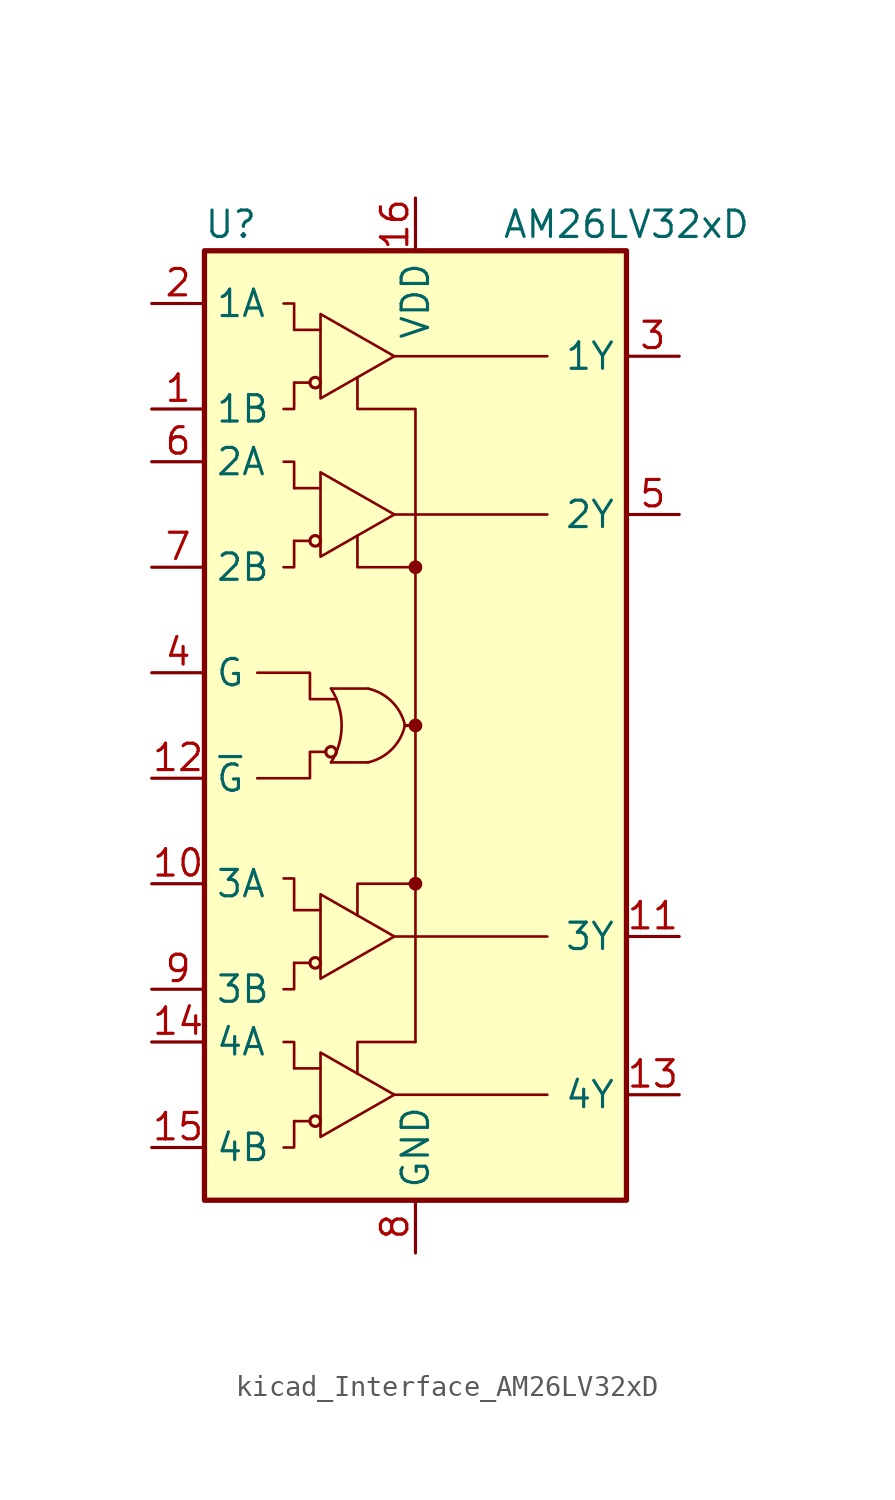
<source format=kicad_sym>
(kicad_symbol_lib
  (version 20220914)
  (generator kicad_symbol_editor)
  (symbol "kicad_Interface_AM26LV32xD"
    (property "Reference" "U"
      (at -8.89 24.13 0)
      (effects (font (size 1.27 1.27))))
    (property "Value" "AM26LV32xD"
      (at 10.16 24.13 0)
      (effects (font (size 1.27 1.27))))
    (symbol "kicad_Interface_AM26LV32xD_0_1"
      (rectangle (start -10.16 22.86) (end 10.16 -22.86) (stroke (width 0.254) (type default)) (fill (type background)))
      (circle (center -4.826 16.51) (radius 0.254) (stroke (width 0) (type default)) (fill (type none)))
      (arc (start -4.064 -1.778) (mid -3.5541 0) (end -4.064 1.778) (stroke (width 0.127) (type default)) (fill (type none)))
      (circle (center -4.064 -1.27) (radius 0.254) (stroke (width 0) (type default)) (fill (type none)))
      (arc (start -2.286 -1.778) (mid -1.1381 -1.1479) (end -0.508 0) (stroke (width 0.127) (type default)) (fill (type none)))
      (arc (start -0.508 0) (mid -1.1381 1.1479) (end -2.286 1.778) (stroke (width 0.127) (type default)) (fill (type none)))
      (circle (center 0 -7.62) (radius 0.254) (stroke (width 0) (type default)) (fill (type outline)))
      (polyline (pts (xy -5.842 16.51) (xy -5.08 16.51)) (stroke (width 0.127) (type default)) (fill (type none)))
      (polyline (pts (xy -5.842 19.05) (xy -4.572 19.05)) (stroke (width 0.127) (type default)) (fill (type none)))
      (polyline (pts (xy -4.064 -1.778) (xy -2.286 -1.778)) (stroke (width 0.127) (type default)) (fill (type none)))
      (polyline (pts (xy -2.286 1.778) (xy -4.064 1.778)) (stroke (width 0.127) (type default)) (fill (type none)))
      (polyline (pts (xy -1.016 -17.78) (xy 6.35 -17.78)) (stroke (width 0.127) (type default)) (fill (type none)))
      (polyline (pts (xy -1.016 -10.16) (xy 6.35 -10.16)) (stroke (width 0.127) (type default)) (fill (type none)))
      (polyline (pts (xy -1.016 10.16) (xy 6.35 10.16)) (stroke (width 0.127) (type default)) (fill (type none)))
      (polyline (pts (xy -1.016 17.78) (xy 6.35 17.78)) (stroke (width 0.127) (type default)) (fill (type none)))
      (polyline (pts (xy -0.508 0) (xy 0 0)) (stroke (width 0) (type default)) (fill (type none)))
      (polyline (pts (xy 0 0) (xy 0 -15.24)) (stroke (width 0.127) (type default)) (fill (type none)))
      (polyline (pts (xy 0 7.62) (xy 0 0)) (stroke (width 0.127) (type default)) (fill (type none)))
      (polyline (pts (xy -5.842 -19.05) (xy -5.842 -20.32) (xy -6.35 -20.32)) (stroke (width 0.127) (type default)) (fill (type none)))
      (polyline (pts (xy -5.842 -16.51) (xy -5.842 -15.24) (xy -6.35 -15.24)) (stroke (width 0.127) (type default)) (fill (type none)))
      (polyline (pts (xy -5.842 -11.43) (xy -5.842 -12.7) (xy -6.35 -12.7)) (stroke (width 0.127) (type default)) (fill (type none)))
      (polyline (pts (xy -5.842 -8.89) (xy -5.842 -7.366) (xy -6.35 -7.366)) (stroke (width 0.127) (type default)) (fill (type none)))
      (polyline (pts (xy -5.842 8.89) (xy -5.842 7.62) (xy -6.35 7.62)) (stroke (width 0.127) (type default)) (fill (type none)))
      (polyline (pts (xy -5.842 11.43) (xy -5.842 12.7) (xy -6.35 12.7)) (stroke (width 0.127) (type default)) (fill (type none)))
      (polyline (pts (xy -5.842 19.05) (xy -5.842 20.32) (xy -6.35 20.32)) (stroke (width 0.127) (type default)) (fill (type none)))
      (polyline (pts (xy 0 -15.24) (xy -2.794 -15.24) (xy -2.794 -16.764)) (stroke (width 0.127) (type default)) (fill (type none)))
      (polyline (pts (xy 0 -7.62) (xy -2.794 -7.62) (xy -2.794 -9.144)) (stroke (width 0.127) (type default)) (fill (type none)))
      (polyline (pts (xy 0 7.62) (xy -2.794 7.62) (xy -2.794 9.144)) (stroke (width 0.127) (type default)) (fill (type none)))
      (polyline (pts (xy -7.62 2.54) (xy -5.08 2.54) (xy -5.08 1.27) (xy -3.81 1.27)) (stroke (width 0.127) (type default)) (fill (type none)))
      (polyline (pts (xy -5.842 16.51) (xy -5.842 15.24) (xy -6.096 15.24) (xy -6.35 15.24)) (stroke (width 0.127) (type default)) (fill (type none)))
      (polyline (pts (xy -4.572 19.812) (xy -4.572 15.748) (xy -1.016 17.78) (xy -4.572 19.812)) (stroke (width 0.127) (type default)) (fill (type none)))
      (polyline (pts (xy -4.318 -1.27) (xy -5.08 -1.27) (xy -5.08 -2.54) (xy -7.62 -2.54)) (stroke (width 0.127) (type default)) (fill (type none)))
      (polyline (pts (xy 0 7.62) (xy 0 15.24) (xy -2.794 15.24) (xy -2.794 16.764)) (stroke (width 0.127) (type default)) (fill (type none)))
      (circle (center 0 0) (radius 0.254) (stroke (width 0) (type default)) (fill (type outline)))
      (circle (center 0 7.62) (radius 0.254) (stroke (width 0) (type default)) (fill (type outline))))
    (symbol "kicad_Interface_AM26LV32xD_1_1"
      (circle (center -4.826 -19.05) (radius 0.254) (stroke (width 0) (type default)) (fill (type none)))
      (circle (center -4.826 -11.43) (radius 0.254) (stroke (width 0) (type default)) (fill (type none)))
      (circle (center -4.826 8.89) (radius 0.254) (stroke (width 0) (type default)) (fill (type none)))
      (polyline (pts (xy -5.842 -19.05) (xy -5.08 -19.05)) (stroke (width 0.127) (type default)) (fill (type none)))
      (polyline (pts (xy -5.842 -16.51) (xy -4.572 -16.51)) (stroke (width 0.127) (type default)) (fill (type none)))
      (polyline (pts (xy -5.842 -11.43) (xy -5.08 -11.43)) (stroke (width 0.127) (type default)) (fill (type none)))
      (polyline (pts (xy -5.842 -8.89) (xy -4.572 -8.89)) (stroke (width 0.127) (type default)) (fill (type none)))
      (polyline (pts (xy -5.842 8.89) (xy -5.08 8.89)) (stroke (width 0.127) (type default)) (fill (type none)))
      (polyline (pts (xy -5.842 11.43) (xy -4.572 11.43)) (stroke (width 0.127) (type default)) (fill (type none)))
      (polyline (pts (xy -4.572 -15.748) (xy -4.572 -19.812) (xy -1.016 -17.78) (xy -4.572 -15.748)) (stroke (width 0.127) (type default)) (fill (type none)))
      (polyline (pts (xy -4.572 -8.128) (xy -4.572 -12.192) (xy -1.016 -10.16) (xy -4.572 -8.128)) (stroke (width 0.127) (type default)) (fill (type none)))
      (polyline (pts (xy -4.572 12.192) (xy -4.572 8.128) (xy -1.016 10.16) (xy -4.572 12.192)) (stroke (width 0.127) (type default)) (fill (type none)))
      (pin input line (at -12.7 15.24 0) (length 2.54) (name "1B" (effects (font (size 1.27 1.27)))) (number "1" (effects (font (size 1.27 1.27)))))
      (pin input line (at -12.7 -7.62 0) (length 2.54) (name "3A" (effects (font (size 1.27 1.27)))) (number "10" (effects (font (size 1.27 1.27)))))
      (pin tri_state line (at 12.7 -10.16 180) (length 2.54) (name "3Y" (effects (font (size 1.27 1.27)))) (number "11" (effects (font (size 1.27 1.27)))))
      (pin input line (at -12.7 -2.54 0) (length 2.54) (name "~{G}" (effects (font (size 1.27 1.27)))) (number "12" (effects (font (size 1.27 1.27)))))
      (pin tri_state line (at 12.7 -17.78 180) (length 2.54) (name "4Y" (effects (font (size 1.27 1.27)))) (number "13" (effects (font (size 1.27 1.27)))))
      (pin input line (at -12.7 -15.24 0) (length 2.54) (name "4A" (effects (font (size 1.27 1.27)))) (number "14" (effects (font (size 1.27 1.27)))))
      (pin input line (at -12.7 -20.32 0) (length 2.54) (name "4B" (effects (font (size 1.27 1.27)))) (number "15" (effects (font (size 1.27 1.27)))))
      (pin power_in line (at 0 25.4 270) (length 2.54) (name "VDD" (effects (font (size 1.27 1.27)))) (number "16" (effects (font (size 1.27 1.27)))))
      (pin input line (at -12.7 20.32 0) (length 2.54) (name "1A" (effects (font (size 1.27 1.27)))) (number "2" (effects (font (size 1.27 1.27)))))
      (pin tri_state line (at 12.7 17.78 180) (length 2.54) (name "1Y" (effects (font (size 1.27 1.27)))) (number "3" (effects (font (size 1.27 1.27)))))
      (pin input line (at -12.7 2.54 0) (length 2.54) (name "G" (effects (font (size 1.27 1.27)))) (number "4" (effects (font (size 1.27 1.27)))))
      (pin tri_state line (at 12.7 10.16 180) (length 2.54) (name "2Y" (effects (font (size 1.27 1.27)))) (number "5" (effects (font (size 1.27 1.27)))))
      (pin input line (at -12.7 12.7 0) (length 2.54) (name "2A" (effects (font (size 1.27 1.27)))) (number "6" (effects (font (size 1.27 1.27)))))
      (pin input line (at -12.7 7.62 0) (length 2.54) (name "2B" (effects (font (size 1.27 1.27)))) (number "7" (effects (font (size 1.27 1.27)))))
      (pin power_in line (at 0 -25.4 90) (length 2.54) (name "GND" (effects (font (size 1.27 1.27)))) (number "8" (effects (font (size 1.27 1.27)))))
      (pin input line (at -12.7 -12.7 0) (length 2.54) (name "3B" (effects (font (size 1.27 1.27)))) (number "9" (effects (font (size 1.27 1.27))))))))
</source>
